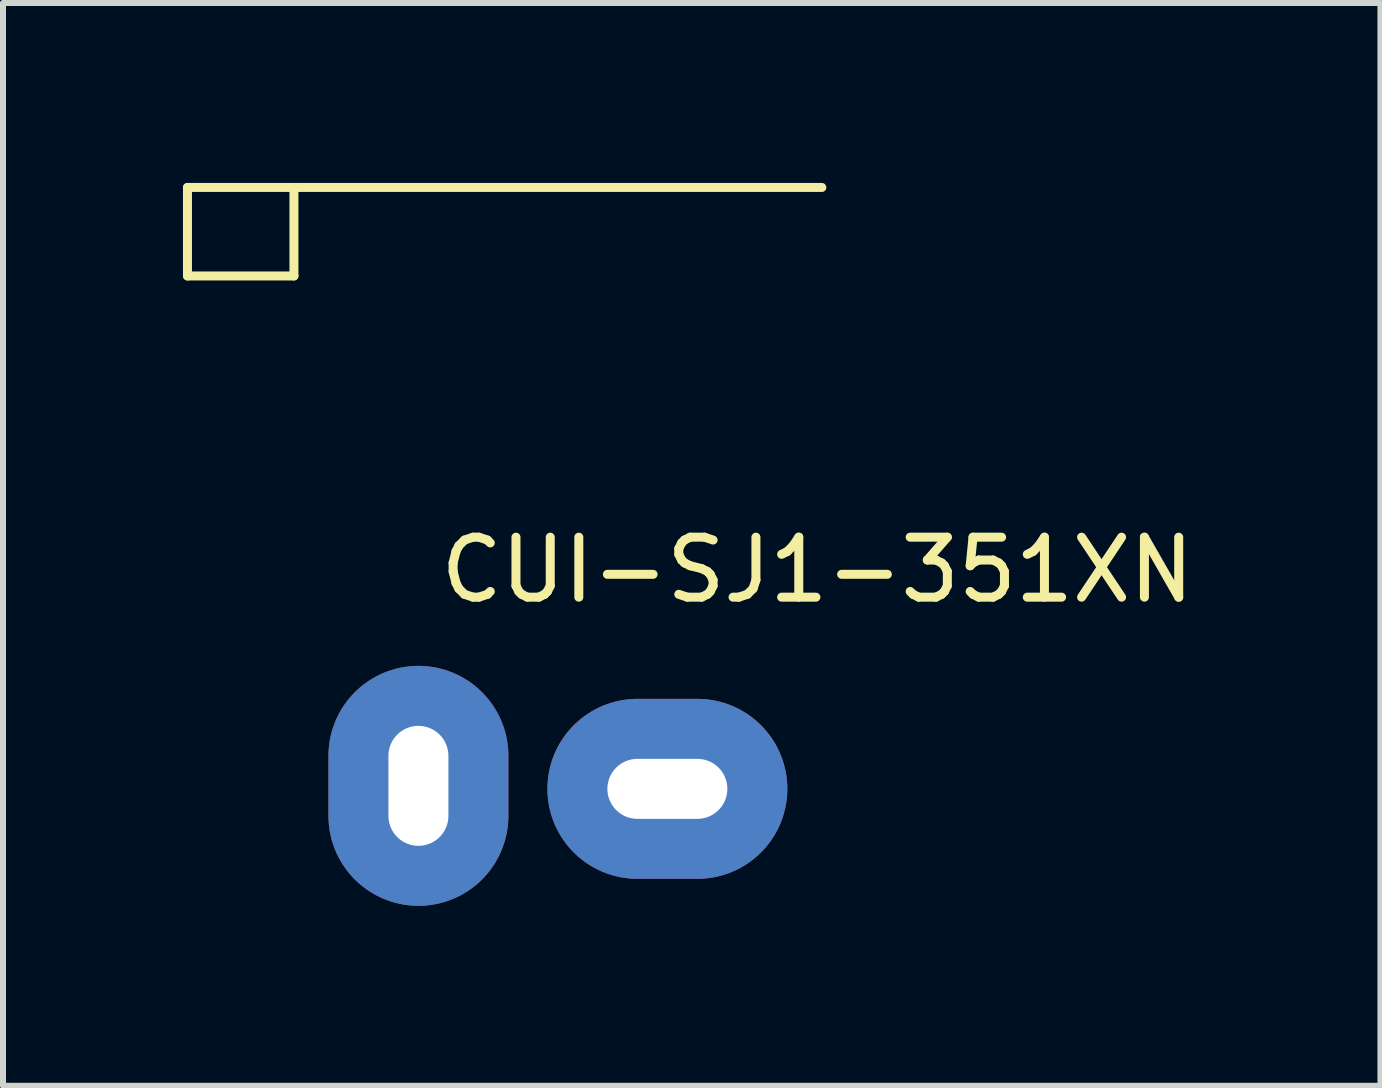
<source format=kicad_pcb>
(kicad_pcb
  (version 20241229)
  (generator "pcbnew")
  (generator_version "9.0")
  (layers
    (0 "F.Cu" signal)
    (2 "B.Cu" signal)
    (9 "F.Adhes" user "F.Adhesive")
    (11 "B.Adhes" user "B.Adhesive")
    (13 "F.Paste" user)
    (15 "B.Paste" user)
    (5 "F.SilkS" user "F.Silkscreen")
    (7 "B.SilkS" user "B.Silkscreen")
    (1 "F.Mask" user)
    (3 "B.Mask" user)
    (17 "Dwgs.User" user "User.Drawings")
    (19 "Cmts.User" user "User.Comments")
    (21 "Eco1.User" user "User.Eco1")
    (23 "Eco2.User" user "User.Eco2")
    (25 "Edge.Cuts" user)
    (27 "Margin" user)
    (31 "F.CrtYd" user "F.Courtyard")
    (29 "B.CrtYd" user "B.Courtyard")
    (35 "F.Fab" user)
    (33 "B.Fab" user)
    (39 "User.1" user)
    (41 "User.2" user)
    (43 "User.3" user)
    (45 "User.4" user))
  (footprint "CUI-SJ1-351XN"
    (layer "F.Cu")
    (at 10.575 5.95)
    (property "Reference" "CUI-SJ1-351XN" (at 0 0.5 0) (layer "F.SilkS") (effects (font (size 1 1) (thickness 0.15))))
    (attr through_hole)
    (fp_line (start -10.5 -5.875) (end -10.5 -4.4) (stroke (width 0.15) (type solid)) (layer "F.SilkS"))
    (fp_line (start -10.5 -4.4) (end -8.725 -4.4) (stroke (width 0.15) (type solid)) (layer "F.SilkS"))
    (fp_line (start -8.725 -4.4) (end -8.725 -5.875) (stroke (width 0.15) (type solid)) (layer "F.SilkS"))
    (fp_line (start 0.075 -5.875) (end -10.5 -5.875) (stroke (width 0.15) (type solid)) (layer "F.SilkS"))
    (pad "1" thru_hole oval (at -6.65 4.1) (size 3 4) (drill oval 1 2) (layers "*.Cu" "*.Mask"))
    (pad "2" thru_hole oval (at -2.5 4.15 270) (size 3 4) (drill oval 1 2) (layers "*.Cu" "*.Mask")))
  (gr_rect
    (start -3 -3)
    (end 19.962 15.05)
    (stroke (width 0.1) (type default))
    (fill no)
    (layer "Edge.Cuts")))
</source>
